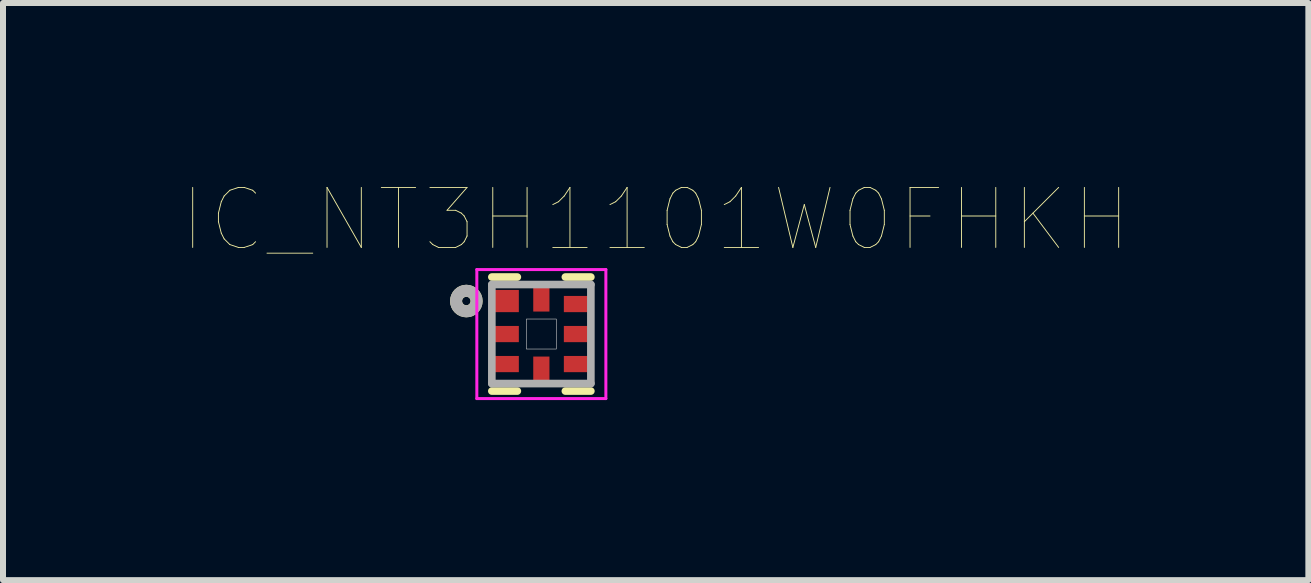
<source format=kicad_pcb>
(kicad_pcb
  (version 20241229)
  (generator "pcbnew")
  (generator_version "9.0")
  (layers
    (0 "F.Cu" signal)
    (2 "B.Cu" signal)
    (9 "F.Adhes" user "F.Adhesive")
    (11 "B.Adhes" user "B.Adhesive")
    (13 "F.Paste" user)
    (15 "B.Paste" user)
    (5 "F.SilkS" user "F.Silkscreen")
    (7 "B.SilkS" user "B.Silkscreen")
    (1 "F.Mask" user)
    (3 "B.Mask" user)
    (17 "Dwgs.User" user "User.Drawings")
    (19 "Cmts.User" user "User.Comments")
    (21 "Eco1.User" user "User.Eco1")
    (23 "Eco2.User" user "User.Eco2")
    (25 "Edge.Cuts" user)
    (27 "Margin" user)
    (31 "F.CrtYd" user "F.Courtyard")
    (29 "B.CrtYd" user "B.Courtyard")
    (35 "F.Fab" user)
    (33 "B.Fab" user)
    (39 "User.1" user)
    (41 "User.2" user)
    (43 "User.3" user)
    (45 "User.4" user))
  (footprint "IC_NT3H1101W0FHKH"
    (layer "F.Cu")
    (at 5.97 2.516)
    (property "Reference" "IC_NT3H1101W0FHKH" (at 1.905 -1.905 0) (layer "F.SilkS") (effects (font (size 1 1) (thickness 0.015))))
    (attr through_hole)
    (fp_line (start -0.825 -0.95) (end -0.4 -0.95) (stroke (width 0.127) (type solid)) (layer "F.SilkS"))
    (fp_line (start -0.825 0.95) (end -0.4 0.95) (stroke (width 0.127) (type solid)) (layer "F.SilkS"))
    (fp_line (start 0.825 -0.95) (end 0.4 -0.95) (stroke (width 0.127) (type solid)) (layer "F.SilkS"))
    (fp_line (start 0.825 0.95) (end 0.4 0.95) (stroke (width 0.127) (type solid)) (layer "F.SilkS"))
    (fp_circle (center -1.25 -0.55) (end -1.179 -0.55) (stroke (width 0.2) (type solid)) (fill no) (layer "F.SilkS"))
    (fp_poly (pts (xy -0.8 -0.71) (xy -0.4 -0.71) (xy -0.4 -0.39) (xy -0.8 -0.39)) (stroke (width 0.01) (type solid)) (fill yes) (layer "F.Paste"))
    (fp_poly (pts (xy -0.8 -0.11) (xy -0.4 -0.11) (xy -0.4 0.11) (xy -0.8 0.11)) (stroke (width 0.01) (type solid)) (fill yes) (layer "F.Paste"))
    (fp_poly (pts (xy -0.8 0.39) (xy -0.4 0.39) (xy -0.4 0.61) (xy -0.8 0.61)) (stroke (width 0.01) (type solid)) (fill yes) (layer "F.Paste"))
    (fp_poly (pts (xy -0.2 -0.71) (xy 0.2 -0.71) (xy 0.2 -0.49) (xy -0.2 -0.49)) (stroke (width 0.01) (type solid)) (fill yes) (layer "F.Paste"))
    (fp_poly (pts (xy -0.2 0.49) (xy 0.2 0.49) (xy 0.2 0.71) (xy -0.2 0.71)) (stroke (width 0.01) (type solid)) (fill yes) (layer "F.Paste"))
    (fp_poly (pts (xy 0.4 -0.61) (xy 0.8 -0.61) (xy 0.8 -0.39) (xy 0.4 -0.39)) (stroke (width 0.01) (type solid)) (fill yes) (layer "F.Paste"))
    (fp_poly (pts (xy 0.4 -0.11) (xy 0.8 -0.11) (xy 0.8 0.11) (xy 0.4 0.11)) (stroke (width 0.01) (type solid)) (fill yes) (layer "F.Paste"))
    (fp_poly (pts (xy 0.4 0.39) (xy 0.8 0.39) (xy 0.8 0.61) (xy 0.4 0.61)) (stroke (width 0.01) (type solid)) (fill yes) (layer "F.Paste"))
    (fp_poly (pts (xy -0.25 -0.25) (xy 0.25 -0.25) (xy 0.25 0.25) (xy -0.25 0.25)) (stroke (width 0.01) (type solid)) (fill no) (layer "Dwgs.User"))
    (fp_line (start -1.075 -1.075) (end 1.075 -1.075) (stroke (width 0.05) (type solid)) (layer "F.CrtYd"))
    (fp_line (start -1.075 1.075) (end -1.075 -1.075) (stroke (width 0.05) (type solid)) (layer "F.CrtYd"))
    (fp_line (start 1.075 -1.075) (end 1.075 1.075) (stroke (width 0.05) (type solid)) (layer "F.CrtYd"))
    (fp_line (start 1.075 1.075) (end -1.075 1.075) (stroke (width 0.05) (type solid)) (layer "F.CrtYd"))
    (fp_line (start -0.825 -0.825) (end 0.825 -0.825) (stroke (width 0.127) (type solid)) (layer "F.Fab"))
    (fp_line (start -0.825 0.825) (end -0.825 -0.825) (stroke (width 0.127) (type solid)) (layer "F.Fab"))
    (fp_line (start 0.825 -0.825) (end 0.825 0.825) (stroke (width 0.127) (type solid)) (layer "F.Fab"))
    (fp_line (start 0.825 0.825) (end -0.825 0.825) (stroke (width 0.127) (type solid)) (layer "F.Fab"))
    (fp_circle (center -1.25 -0.55) (end -1.179 -0.55) (stroke (width 0.2) (type solid)) (fill no) (layer "F.Fab"))
    (pad "1" smd rect (at -0.6 -0.55) (size 0.45 0.37) (layers "F.Cu" "F.Mask"))
    (pad "2" smd rect (at -0.6 0) (size 0.45 0.27) (layers "F.Cu" "F.Mask"))
    (pad "3" smd rect (at -0.6 0.5) (size 0.45 0.27) (layers "F.Cu" "F.Mask"))
    (pad "4" smd rect (at 0 0.6) (size 0.27 0.45) (layers "F.Cu" "F.Mask"))
    (pad "5" smd rect (at 0.6 0.5) (size 0.45 0.27) (layers "F.Cu" "F.Mask"))
    (pad "6" smd rect (at 0.6 0) (size 0.45 0.27) (layers "F.Cu" "F.Mask"))
    (pad "7" smd rect (at 0.6 -0.5) (size 0.45 0.27) (layers "F.Cu" "F.Mask"))
    (pad "8" smd rect (at 0 -0.6) (size 0.27 0.45) (layers "F.Cu" "F.Mask")))
  (gr_rect
    (start -3 -3)
    (end 18.75 6.616)
    (stroke (width 0.1) (type default))
    (fill no)
    (layer "Edge.Cuts")))
</source>
